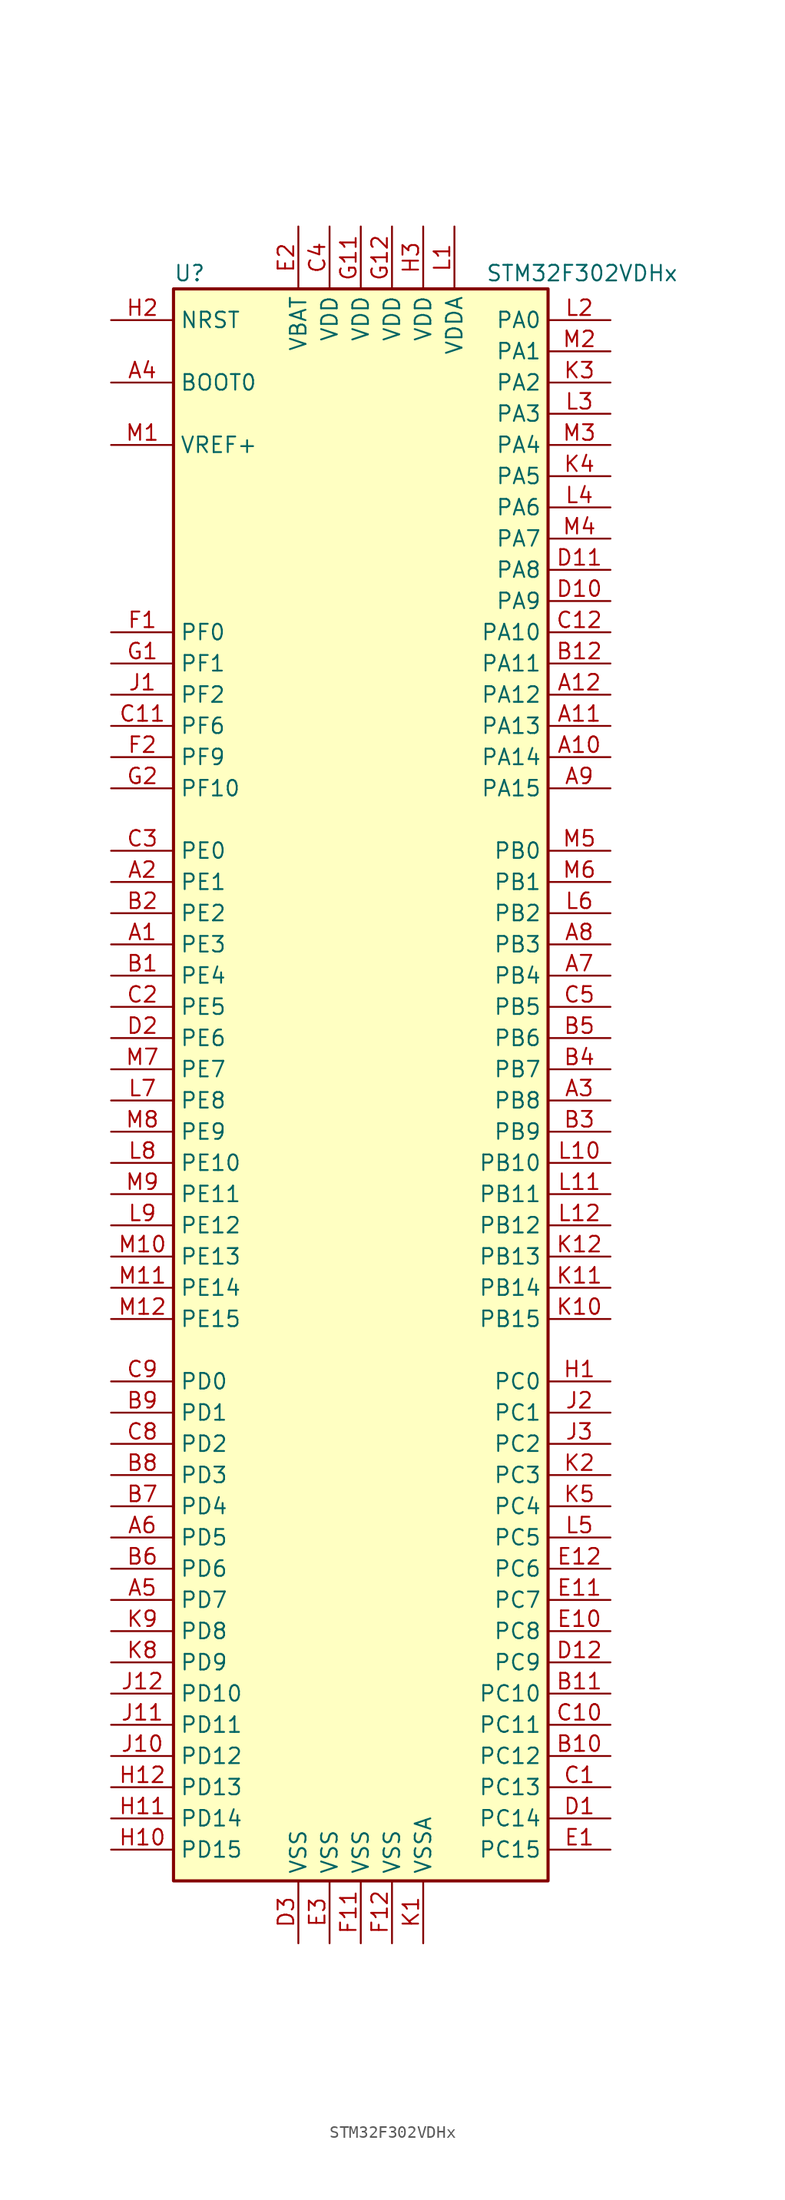
<source format=kicad_sym>
(kicad_symbol_lib
  (version 20201005)
  (generator kicad_symbol_editor)
  (symbol "MCU_ST_STM32F3:STM32F302VDHx"
    (property "Reference" "U"
      (at -15.24 64.77 0)
      (effects (font (size 1.27 1.27)) (justify left)))
    (property "Value" "STM32F302VDHx"
      (at 10.16 64.77 0)
      (effects (font (size 1.27 1.27)) (justify left)))
    (symbol "STM32F302VDHx_0_1"
      (rectangle (start -15.24 -66.04) (end 15.24 63.5) (stroke (width 0.254)) (fill (type background))))
    (symbol "STM32F302VDHx_1_1"
      (pin input line (at -20.32 55.88 0) (length 5.08) (name "BOOT0" (effects (font (size 1.27 1.27)))) (number "A4" (effects (font (size 1.27 1.27)))))
      (pin input line (at -20.32 60.96 0) (length 5.08) (name "NRST" (effects (font (size 1.27 1.27)))) (number "H2" (effects (font (size 1.27 1.27)))))
      (pin bidirectional line (at 20.32 60.96 180) (length 5.08) (name "PA0" (effects (font (size 1.27 1.27)))) (number "L2" (effects (font (size 1.27 1.27)))))
      (pin bidirectional line (at 20.32 58.42 180) (length 5.08) (name "PA1" (effects (font (size 1.27 1.27)))) (number "M2" (effects (font (size 1.27 1.27)))))
      (pin bidirectional line (at 20.32 35.56 180) (length 5.08) (name "PA10" (effects (font (size 1.27 1.27)))) (number "C12" (effects (font (size 1.27 1.27)))))
      (pin bidirectional line (at 20.32 33.02 180) (length 5.08) (name "PA11" (effects (font (size 1.27 1.27)))) (number "B12" (effects (font (size 1.27 1.27)))))
      (pin bidirectional line (at 20.32 30.48 180) (length 5.08) (name "PA12" (effects (font (size 1.27 1.27)))) (number "A12" (effects (font (size 1.27 1.27)))))
      (pin bidirectional line (at 20.32 27.94 180) (length 5.08) (name "PA13" (effects (font (size 1.27 1.27)))) (number "A11" (effects (font (size 1.27 1.27)))))
      (pin bidirectional line (at 20.32 25.4 180) (length 5.08) (name "PA14" (effects (font (size 1.27 1.27)))) (number "A10" (effects (font (size 1.27 1.27)))))
      (pin bidirectional line (at 20.32 22.86 180) (length 5.08) (name "PA15" (effects (font (size 1.27 1.27)))) (number "A9" (effects (font (size 1.27 1.27)))))
      (pin bidirectional line (at 20.32 55.88 180) (length 5.08) (name "PA2" (effects (font (size 1.27 1.27)))) (number "K3" (effects (font (size 1.27 1.27)))))
      (pin bidirectional line (at 20.32 53.34 180) (length 5.08) (name "PA3" (effects (font (size 1.27 1.27)))) (number "L3" (effects (font (size 1.27 1.27)))))
      (pin bidirectional line (at 20.32 50.8 180) (length 5.08) (name "PA4" (effects (font (size 1.27 1.27)))) (number "M3" (effects (font (size 1.27 1.27)))))
      (pin bidirectional line (at 20.32 48.26 180) (length 5.08) (name "PA5" (effects (font (size 1.27 1.27)))) (number "K4" (effects (font (size 1.27 1.27)))))
      (pin bidirectional line (at 20.32 45.72 180) (length 5.08) (name "PA6" (effects (font (size 1.27 1.27)))) (number "L4" (effects (font (size 1.27 1.27)))))
      (pin bidirectional line (at 20.32 43.18 180) (length 5.08) (name "PA7" (effects (font (size 1.27 1.27)))) (number "M4" (effects (font (size 1.27 1.27)))))
      (pin bidirectional line (at 20.32 40.64 180) (length 5.08) (name "PA8" (effects (font (size 1.27 1.27)))) (number "D11" (effects (font (size 1.27 1.27)))))
      (pin bidirectional line (at 20.32 38.1 180) (length 5.08) (name "PA9" (effects (font (size 1.27 1.27)))) (number "D10" (effects (font (size 1.27 1.27)))))
      (pin bidirectional line (at 20.32 17.78 180) (length 5.08) (name "PB0" (effects (font (size 1.27 1.27)))) (number "M5" (effects (font (size 1.27 1.27)))))
      (pin bidirectional line (at 20.32 15.24 180) (length 5.08) (name "PB1" (effects (font (size 1.27 1.27)))) (number "M6" (effects (font (size 1.27 1.27)))))
      (pin bidirectional line (at 20.32 -7.62 180) (length 5.08) (name "PB10" (effects (font (size 1.27 1.27)))) (number "L10" (effects (font (size 1.27 1.27)))))
      (pin bidirectional line (at 20.32 -10.16 180) (length 5.08) (name "PB11" (effects (font (size 1.27 1.27)))) (number "L11" (effects (font (size 1.27 1.27)))))
      (pin bidirectional line (at 20.32 -12.7 180) (length 5.08) (name "PB12" (effects (font (size 1.27 1.27)))) (number "L12" (effects (font (size 1.27 1.27)))))
      (pin bidirectional line (at 20.32 -15.24 180) (length 5.08) (name "PB13" (effects (font (size 1.27 1.27)))) (number "K12" (effects (font (size 1.27 1.27)))))
      (pin bidirectional line (at 20.32 -17.78 180) (length 5.08) (name "PB14" (effects (font (size 1.27 1.27)))) (number "K11" (effects (font (size 1.27 1.27)))))
      (pin bidirectional line (at 20.32 -20.32 180) (length 5.08) (name "PB15" (effects (font (size 1.27 1.27)))) (number "K10" (effects (font (size 1.27 1.27)))))
      (pin bidirectional line (at 20.32 12.7 180) (length 5.08) (name "PB2" (effects (font (size 1.27 1.27)))) (number "L6" (effects (font (size 1.27 1.27)))))
      (pin bidirectional line (at 20.32 10.16 180) (length 5.08) (name "PB3" (effects (font (size 1.27 1.27)))) (number "A8" (effects (font (size 1.27 1.27)))))
      (pin bidirectional line (at 20.32 7.62 180) (length 5.08) (name "PB4" (effects (font (size 1.27 1.27)))) (number "A7" (effects (font (size 1.27 1.27)))))
      (pin bidirectional line (at 20.32 5.08 180) (length 5.08) (name "PB5" (effects (font (size 1.27 1.27)))) (number "C5" (effects (font (size 1.27 1.27)))))
      (pin bidirectional line (at 20.32 2.54 180) (length 5.08) (name "PB6" (effects (font (size 1.27 1.27)))) (number "B5" (effects (font (size 1.27 1.27)))))
      (pin bidirectional line (at 20.32 0 180) (length 5.08) (name "PB7" (effects (font (size 1.27 1.27)))) (number "B4" (effects (font (size 1.27 1.27)))))
      (pin bidirectional line (at 20.32 -2.54 180) (length 5.08) (name "PB8" (effects (font (size 1.27 1.27)))) (number "A3" (effects (font (size 1.27 1.27)))))
      (pin bidirectional line (at 20.32 -5.08 180) (length 5.08) (name "PB9" (effects (font (size 1.27 1.27)))) (number "B3" (effects (font (size 1.27 1.27)))))
      (pin bidirectional line (at 20.32 -25.4 180) (length 5.08) (name "PC0" (effects (font (size 1.27 1.27)))) (number "H1" (effects (font (size 1.27 1.27)))))
      (pin bidirectional line (at 20.32 -27.94 180) (length 5.08) (name "PC1" (effects (font (size 1.27 1.27)))) (number "J2" (effects (font (size 1.27 1.27)))))
      (pin bidirectional line (at 20.32 -50.8 180) (length 5.08) (name "PC10" (effects (font (size 1.27 1.27)))) (number "B11" (effects (font (size 1.27 1.27)))))
      (pin bidirectional line (at 20.32 -53.34 180) (length 5.08) (name "PC11" (effects (font (size 1.27 1.27)))) (number "C10" (effects (font (size 1.27 1.27)))))
      (pin bidirectional line (at 20.32 -55.88 180) (length 5.08) (name "PC12" (effects (font (size 1.27 1.27)))) (number "B10" (effects (font (size 1.27 1.27)))))
      (pin bidirectional line (at 20.32 -58.42 180) (length 5.08) (name "PC13" (effects (font (size 1.27 1.27)))) (number "C1" (effects (font (size 1.27 1.27)))))
      (pin bidirectional line (at 20.32 -60.96 180) (length 5.08) (name "PC14" (effects (font (size 1.27 1.27)))) (number "D1" (effects (font (size 1.27 1.27)))))
      (pin bidirectional line (at 20.32 -63.5 180) (length 5.08) (name "PC15" (effects (font (size 1.27 1.27)))) (number "E1" (effects (font (size 1.27 1.27)))))
      (pin bidirectional line (at 20.32 -30.48 180) (length 5.08) (name "PC2" (effects (font (size 1.27 1.27)))) (number "J3" (effects (font (size 1.27 1.27)))))
      (pin bidirectional line (at 20.32 -33.02 180) (length 5.08) (name "PC3" (effects (font (size 1.27 1.27)))) (number "K2" (effects (font (size 1.27 1.27)))))
      (pin bidirectional line (at 20.32 -35.56 180) (length 5.08) (name "PC4" (effects (font (size 1.27 1.27)))) (number "K5" (effects (font (size 1.27 1.27)))))
      (pin bidirectional line (at 20.32 -38.1 180) (length 5.08) (name "PC5" (effects (font (size 1.27 1.27)))) (number "L5" (effects (font (size 1.27 1.27)))))
      (pin bidirectional line (at 20.32 -40.64 180) (length 5.08) (name "PC6" (effects (font (size 1.27 1.27)))) (number "E12" (effects (font (size 1.27 1.27)))))
      (pin bidirectional line (at 20.32 -43.18 180) (length 5.08) (name "PC7" (effects (font (size 1.27 1.27)))) (number "E11" (effects (font (size 1.27 1.27)))))
      (pin bidirectional line (at 20.32 -45.72 180) (length 5.08) (name "PC8" (effects (font (size 1.27 1.27)))) (number "E10" (effects (font (size 1.27 1.27)))))
      (pin bidirectional line (at 20.32 -48.26 180) (length 5.08) (name "PC9" (effects (font (size 1.27 1.27)))) (number "D12" (effects (font (size 1.27 1.27)))))
      (pin bidirectional line (at -20.32 -25.4 0) (length 5.08) (name "PD0" (effects (font (size 1.27 1.27)))) (number "C9" (effects (font (size 1.27 1.27)))))
      (pin bidirectional line (at -20.32 -27.94 0) (length 5.08) (name "PD1" (effects (font (size 1.27 1.27)))) (number "B9" (effects (font (size 1.27 1.27)))))
      (pin bidirectional line (at -20.32 -50.8 0) (length 5.08) (name "PD10" (effects (font (size 1.27 1.27)))) (number "J12" (effects (font (size 1.27 1.27)))))
      (pin bidirectional line (at -20.32 -53.34 0) (length 5.08) (name "PD11" (effects (font (size 1.27 1.27)))) (number "J11" (effects (font (size 1.27 1.27)))))
      (pin bidirectional line (at -20.32 -55.88 0) (length 5.08) (name "PD12" (effects (font (size 1.27 1.27)))) (number "J10" (effects (font (size 1.27 1.27)))))
      (pin bidirectional line (at -20.32 -58.42 0) (length 5.08) (name "PD13" (effects (font (size 1.27 1.27)))) (number "H12" (effects (font (size 1.27 1.27)))))
      (pin bidirectional line (at -20.32 -60.96 0) (length 5.08) (name "PD14" (effects (font (size 1.27 1.27)))) (number "H11" (effects (font (size 1.27 1.27)))))
      (pin bidirectional line (at -20.32 -63.5 0) (length 5.08) (name "PD15" (effects (font (size 1.27 1.27)))) (number "H10" (effects (font (size 1.27 1.27)))))
      (pin bidirectional line (at -20.32 -30.48 0) (length 5.08) (name "PD2" (effects (font (size 1.27 1.27)))) (number "C8" (effects (font (size 1.27 1.27)))))
      (pin bidirectional line (at -20.32 -33.02 0) (length 5.08) (name "PD3" (effects (font (size 1.27 1.27)))) (number "B8" (effects (font (size 1.27 1.27)))))
      (pin bidirectional line (at -20.32 -35.56 0) (length 5.08) (name "PD4" (effects (font (size 1.27 1.27)))) (number "B7" (effects (font (size 1.27 1.27)))))
      (pin bidirectional line (at -20.32 -38.1 0) (length 5.08) (name "PD5" (effects (font (size 1.27 1.27)))) (number "A6" (effects (font (size 1.27 1.27)))))
      (pin bidirectional line (at -20.32 -40.64 0) (length 5.08) (name "PD6" (effects (font (size 1.27 1.27)))) (number "B6" (effects (font (size 1.27 1.27)))))
      (pin bidirectional line (at -20.32 -43.18 0) (length 5.08) (name "PD7" (effects (font (size 1.27 1.27)))) (number "A5" (effects (font (size 1.27 1.27)))))
      (pin bidirectional line (at -20.32 -45.72 0) (length 5.08) (name "PD8" (effects (font (size 1.27 1.27)))) (number "K9" (effects (font (size 1.27 1.27)))))
      (pin bidirectional line (at -20.32 -48.26 0) (length 5.08) (name "PD9" (effects (font (size 1.27 1.27)))) (number "K8" (effects (font (size 1.27 1.27)))))
      (pin bidirectional line (at -20.32 17.78 0) (length 5.08) (name "PE0" (effects (font (size 1.27 1.27)))) (number "C3" (effects (font (size 1.27 1.27)))))
      (pin bidirectional line (at -20.32 15.24 0) (length 5.08) (name "PE1" (effects (font (size 1.27 1.27)))) (number "A2" (effects (font (size 1.27 1.27)))))
      (pin bidirectional line (at -20.32 -7.62 0) (length 5.08) (name "PE10" (effects (font (size 1.27 1.27)))) (number "L8" (effects (font (size 1.27 1.27)))))
      (pin bidirectional line (at -20.32 -10.16 0) (length 5.08) (name "PE11" (effects (font (size 1.27 1.27)))) (number "M9" (effects (font (size 1.27 1.27)))))
      (pin bidirectional line (at -20.32 -12.7 0) (length 5.08) (name "PE12" (effects (font (size 1.27 1.27)))) (number "L9" (effects (font (size 1.27 1.27)))))
      (pin bidirectional line (at -20.32 -15.24 0) (length 5.08) (name "PE13" (effects (font (size 1.27 1.27)))) (number "M10" (effects (font (size 1.27 1.27)))))
      (pin bidirectional line (at -20.32 -17.78 0) (length 5.08) (name "PE14" (effects (font (size 1.27 1.27)))) (number "M11" (effects (font (size 1.27 1.27)))))
      (pin bidirectional line (at -20.32 -20.32 0) (length 5.08) (name "PE15" (effects (font (size 1.27 1.27)))) (number "M12" (effects (font (size 1.27 1.27)))))
      (pin bidirectional line (at -20.32 12.7 0) (length 5.08) (name "PE2" (effects (font (size 1.27 1.27)))) (number "B2" (effects (font (size 1.27 1.27)))))
      (pin bidirectional line (at -20.32 10.16 0) (length 5.08) (name "PE3" (effects (font (size 1.27 1.27)))) (number "A1" (effects (font (size 1.27 1.27)))))
      (pin bidirectional line (at -20.32 7.62 0) (length 5.08) (name "PE4" (effects (font (size 1.27 1.27)))) (number "B1" (effects (font (size 1.27 1.27)))))
      (pin bidirectional line (at -20.32 5.08 0) (length 5.08) (name "PE5" (effects (font (size 1.27 1.27)))) (number "C2" (effects (font (size 1.27 1.27)))))
      (pin bidirectional line (at -20.32 2.54 0) (length 5.08) (name "PE6" (effects (font (size 1.27 1.27)))) (number "D2" (effects (font (size 1.27 1.27)))))
      (pin bidirectional line (at -20.32 0 0) (length 5.08) (name "PE7" (effects (font (size 1.27 1.27)))) (number "M7" (effects (font (size 1.27 1.27)))))
      (pin bidirectional line (at -20.32 -2.54 0) (length 5.08) (name "PE8" (effects (font (size 1.27 1.27)))) (number "L7" (effects (font (size 1.27 1.27)))))
      (pin bidirectional line (at -20.32 -5.08 0) (length 5.08) (name "PE9" (effects (font (size 1.27 1.27)))) (number "M8" (effects (font (size 1.27 1.27)))))
      (pin input line (at -20.32 35.56 0) (length 5.08) (name "PF0" (effects (font (size 1.27 1.27)))) (number "F1" (effects (font (size 1.27 1.27)))))
      (pin input line (at -20.32 33.02 0) (length 5.08) (name "PF1" (effects (font (size 1.27 1.27)))) (number "G1" (effects (font (size 1.27 1.27)))))
      (pin bidirectional line (at -20.32 22.86 0) (length 5.08) (name "PF10" (effects (font (size 1.27 1.27)))) (number "G2" (effects (font (size 1.27 1.27)))))
      (pin bidirectional line (at -20.32 30.48 0) (length 5.08) (name "PF2" (effects (font (size 1.27 1.27)))) (number "J1" (effects (font (size 1.27 1.27)))))
      (pin bidirectional line (at -20.32 27.94 0) (length 5.08) (name "PF6" (effects (font (size 1.27 1.27)))) (number "C11" (effects (font (size 1.27 1.27)))))
      (pin bidirectional line (at -20.32 25.4 0) (length 5.08) (name "PF9" (effects (font (size 1.27 1.27)))) (number "F2" (effects (font (size 1.27 1.27)))))
      (pin power_in line (at -5.08 68.58 270) (length 5.08) (name "VBAT" (effects (font (size 1.27 1.27)))) (number "E2" (effects (font (size 1.27 1.27)))))
      (pin power_in line (at -2.54 68.58 270) (length 5.08) (name "VDD" (effects (font (size 1.27 1.27)))) (number "C4" (effects (font (size 1.27 1.27)))))
      (pin power_in line (at 0 68.58 270) (length 5.08) (name "VDD" (effects (font (size 1.27 1.27)))) (number "G11" (effects (font (size 1.27 1.27)))))
      (pin power_in line (at 2.54 68.58 270) (length 5.08) (name "VDD" (effects (font (size 1.27 1.27)))) (number "G12" (effects (font (size 1.27 1.27)))))
      (pin power_in line (at 5.08 68.58 270) (length 5.08) (name "VDD" (effects (font (size 1.27 1.27)))) (number "H3" (effects (font (size 1.27 1.27)))))
      (pin power_in line (at 7.62 68.58 270) (length 5.08) (name "VDDA" (effects (font (size 1.27 1.27)))) (number "L1" (effects (font (size 1.27 1.27)))))
      (pin power_in line (at -20.32 50.8 0) (length 5.08) (name "VREF+" (effects (font (size 1.27 1.27)))) (number "M1" (effects (font (size 1.27 1.27)))))
      (pin power_in line (at -5.08 -71.12 90) (length 5.08) (name "VSS" (effects (font (size 1.27 1.27)))) (number "D3" (effects (font (size 1.27 1.27)))))
      (pin power_in line (at -2.54 -71.12 90) (length 5.08) (name "VSS" (effects (font (size 1.27 1.27)))) (number "E3" (effects (font (size 1.27 1.27)))))
      (pin power_in line (at 0 -71.12 90) (length 5.08) (name "VSS" (effects (font (size 1.27 1.27)))) (number "F11" (effects (font (size 1.27 1.27)))))
      (pin power_in line (at 2.54 -71.12 90) (length 5.08) (name "VSS" (effects (font (size 1.27 1.27)))) (number "F12" (effects (font (size 1.27 1.27)))))
      (pin power_in line (at 5.08 -71.12 90) (length 5.08) (name "VSSA" (effects (font (size 1.27 1.27)))) (number "K1" (effects (font (size 1.27 1.27))))))))
</source>
